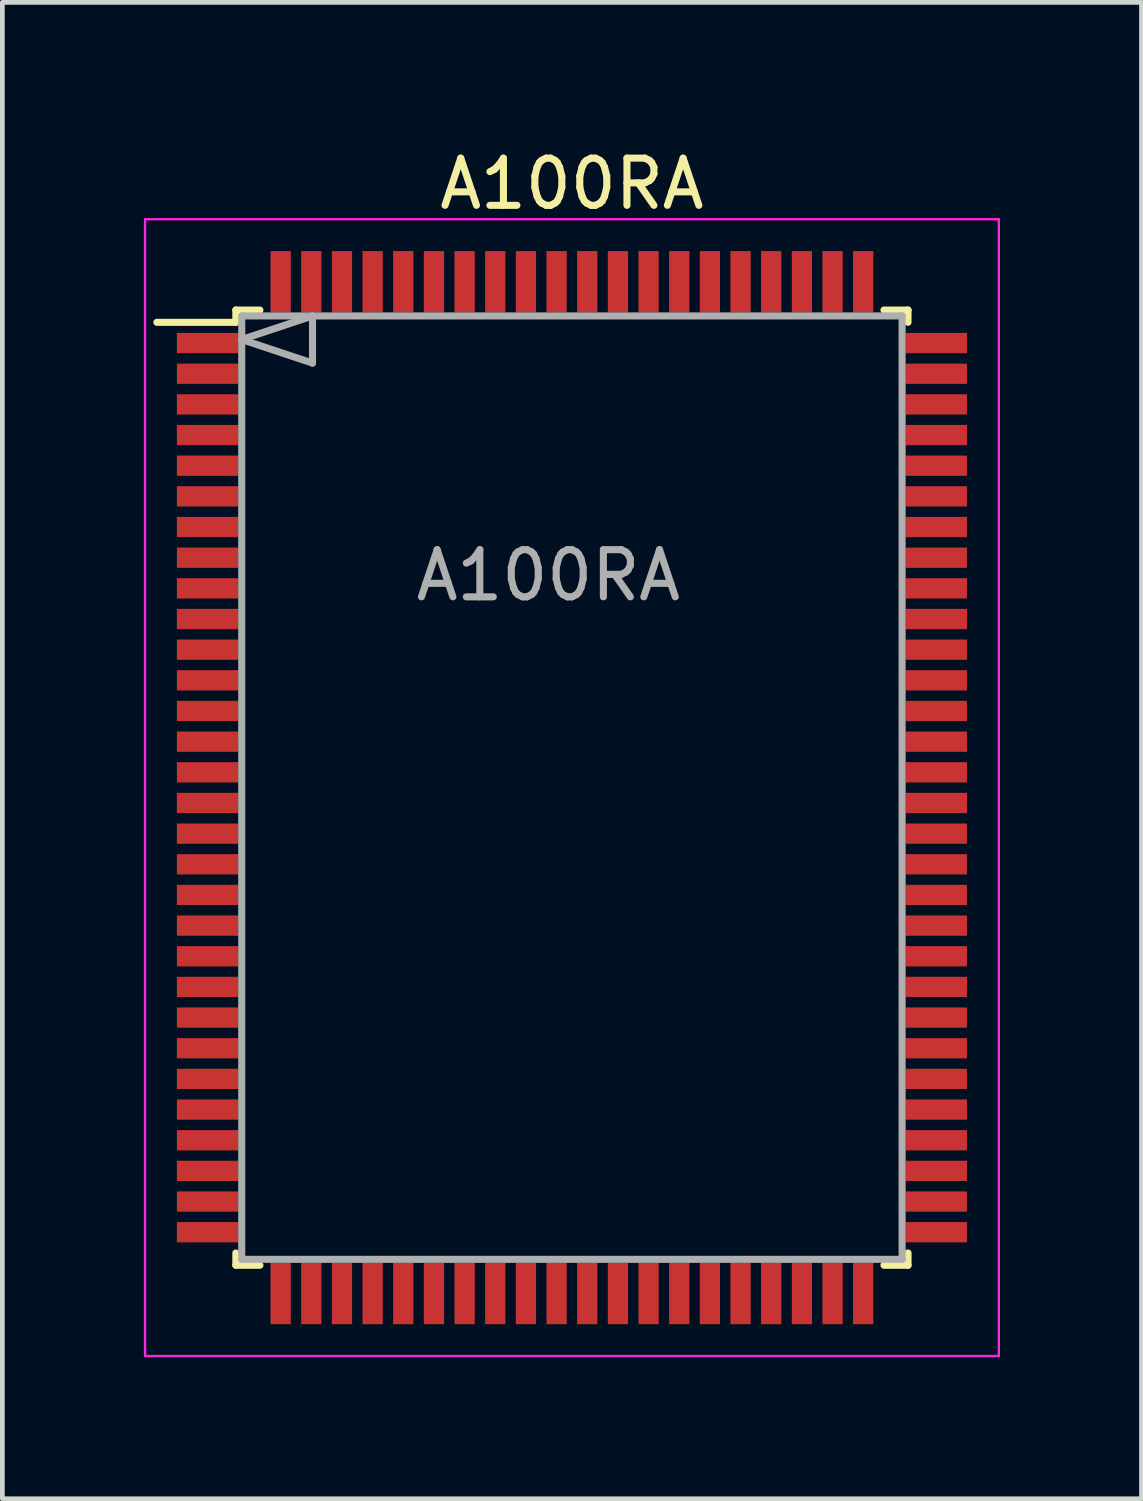
<source format=kicad_pcb>
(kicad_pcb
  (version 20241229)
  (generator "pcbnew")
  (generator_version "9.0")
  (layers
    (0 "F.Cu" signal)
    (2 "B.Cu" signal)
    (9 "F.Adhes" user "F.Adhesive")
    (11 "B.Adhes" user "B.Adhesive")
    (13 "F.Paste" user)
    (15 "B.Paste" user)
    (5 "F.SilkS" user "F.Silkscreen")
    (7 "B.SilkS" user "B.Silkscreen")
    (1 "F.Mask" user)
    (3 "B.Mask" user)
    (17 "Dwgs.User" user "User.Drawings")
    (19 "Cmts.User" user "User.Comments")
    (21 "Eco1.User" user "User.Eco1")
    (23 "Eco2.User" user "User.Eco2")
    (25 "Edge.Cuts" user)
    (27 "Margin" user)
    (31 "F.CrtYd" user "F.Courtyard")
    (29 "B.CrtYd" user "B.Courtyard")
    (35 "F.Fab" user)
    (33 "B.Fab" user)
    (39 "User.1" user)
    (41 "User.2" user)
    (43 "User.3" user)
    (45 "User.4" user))
  (footprint "A100RA"
    (layer "F.Cu")
    (at 9.075 13.648)
    (property "Reference" "A100RA" (at 0 -12.8 0) (layer "F.SilkS") (effects (font (size 1 1) (thickness 0.15))))
    (attr smd)
    (fp_line (start -7.125 -10.125) (end -7.125 -9.865) (stroke (width 0.15) (type solid)) (layer "F.SilkS"))
    (fp_line (start -7.125 -10.125) (end -6.615 -10.125) (stroke (width 0.15) (type solid)) (layer "F.SilkS"))
    (fp_line (start -7.125 -9.865) (end -8.8 -9.865) (stroke (width 0.15) (type solid)) (layer "F.SilkS"))
    (fp_line (start -7.125 10.125) (end -7.125 9.865) (stroke (width 0.15) (type solid)) (layer "F.SilkS"))
    (fp_line (start -7.125 10.125) (end -6.615 10.125) (stroke (width 0.15) (type solid)) (layer "F.SilkS"))
    (fp_line (start 7.125 -10.125) (end 6.615 -10.125) (stroke (width 0.15) (type solid)) (layer "F.SilkS"))
    (fp_line (start 7.125 -10.125) (end 7.125 -9.865) (stroke (width 0.15) (type solid)) (layer "F.SilkS"))
    (fp_line (start 7.125 10.125) (end 6.615 10.125) (stroke (width 0.15) (type solid)) (layer "F.SilkS"))
    (fp_line (start 7.125 10.125) (end 7.125 9.865) (stroke (width 0.15) (type solid)) (layer "F.SilkS"))
    (fp_line (start -9.05 -12.05) (end -9.05 12.05) (stroke (width 0.05) (type solid)) (layer "F.CrtYd"))
    (fp_line (start -9.05 -12.05) (end 9.05 -12.05) (stroke (width 0.05) (type solid)) (layer "F.CrtYd"))
    (fp_line (start -9.05 12.05) (end 9.05 12.05) (stroke (width 0.05) (type solid)) (layer "F.CrtYd"))
    (fp_line (start 9.05 -12.05) (end 9.05 12.05) (stroke (width 0.05) (type solid)) (layer "F.CrtYd"))
    (fp_line (start -7 -10) (end -7 10) (stroke (width 0.15) (type solid)) (layer "F.Fab"))
    (fp_line (start -7 -10) (end 7 -10) (stroke (width 0.15) (type solid)) (layer "F.Fab"))
    (fp_line (start -7 -9.5) (end -5.5 -9) (stroke (width 0.15) (type solid)) (layer "F.Fab"))
    (fp_line (start -7 10) (end 7 10) (stroke (width 0.15) (type solid)) (layer "F.Fab"))
    (fp_line (start -5.5 -10) (end -7 -9.5) (stroke (width 0.15) (type solid)) (layer "F.Fab"))
    (fp_line (start -5.5 -9) (end -5.5 -10) (stroke (width 0.15) (type solid)) (layer "F.Fab"))
    (fp_line (start 7 -10) (end 7 10) (stroke (width 0.15) (type solid)) (layer "F.Fab"))
    (fp_text user "${REFERENCE}" (at -0.5 -4.5 0) (layer "F.Fab") (effects (font (size 1 1) (thickness 0.15))))
    (pad "1" smd rect (at -7.725 -9.425) (size 1.3 0.43) (layers "F.Cu" "F.Mask" "F.Paste"))
    (pad "2" smd rect (at -7.725 -8.775) (size 1.3 0.43) (layers "F.Cu" "F.Mask" "F.Paste"))
    (pad "3" smd rect (at -7.725 -8.125) (size 1.3 0.43) (layers "F.Cu" "F.Mask" "F.Paste"))
    (pad "4" smd rect (at -7.725 -7.475) (size 1.3 0.43) (layers "F.Cu" "F.Mask" "F.Paste"))
    (pad "5" smd rect (at -7.725 -6.825) (size 1.3 0.43) (layers "F.Cu" "F.Mask" "F.Paste"))
    (pad "6" smd rect (at -7.725 -6.175) (size 1.3 0.43) (layers "F.Cu" "F.Mask" "F.Paste"))
    (pad "7" smd rect (at -7.725 -5.525) (size 1.3 0.43) (layers "F.Cu" "F.Mask" "F.Paste"))
    (pad "8" smd rect (at -7.725 -4.875) (size 1.3 0.43) (layers "F.Cu" "F.Mask" "F.Paste"))
    (pad "9" smd rect (at -7.725 -4.225) (size 1.3 0.43) (layers "F.Cu" "F.Mask" "F.Paste"))
    (pad "10" smd rect (at -7.725 -3.575) (size 1.3 0.43) (layers "F.Cu" "F.Mask" "F.Paste"))
    (pad "11" smd rect (at -7.725 -2.925) (size 1.3 0.43) (layers "F.Cu" "F.Mask" "F.Paste"))
    (pad "12" smd rect (at -7.725 -2.275) (size 1.3 0.43) (layers "F.Cu" "F.Mask" "F.Paste"))
    (pad "13" smd rect (at -7.725 -1.625) (size 1.3 0.43) (layers "F.Cu" "F.Mask" "F.Paste"))
    (pad "14" smd rect (at -7.725 -0.975) (size 1.3 0.43) (layers "F.Cu" "F.Mask" "F.Paste"))
    (pad "15" smd rect (at -7.725 -0.325) (size 1.3 0.43) (layers "F.Cu" "F.Mask" "F.Paste"))
    (pad "16" smd rect (at -7.725 0.325) (size 1.3 0.43) (layers "F.Cu" "F.Mask" "F.Paste"))
    (pad "17" smd rect (at -7.725 0.975) (size 1.3 0.43) (layers "F.Cu" "F.Mask" "F.Paste"))
    (pad "18" smd rect (at -7.725 1.625) (size 1.3 0.43) (layers "F.Cu" "F.Mask" "F.Paste"))
    (pad "19" smd rect (at -7.725 2.275) (size 1.3 0.43) (layers "F.Cu" "F.Mask" "F.Paste"))
    (pad "20" smd rect (at -7.725 2.925) (size 1.3 0.43) (layers "F.Cu" "F.Mask" "F.Paste"))
    (pad "21" smd rect (at -7.725 3.575) (size 1.3 0.43) (layers "F.Cu" "F.Mask" "F.Paste"))
    (pad "22" smd rect (at -7.725 4.225) (size 1.3 0.43) (layers "F.Cu" "F.Mask" "F.Paste"))
    (pad "23" smd rect (at -7.725 4.875) (size 1.3 0.43) (layers "F.Cu" "F.Mask" "F.Paste"))
    (pad "24" smd rect (at -7.725 5.525) (size 1.3 0.43) (layers "F.Cu" "F.Mask" "F.Paste"))
    (pad "25" smd rect (at -7.725 6.175) (size 1.3 0.43) (layers "F.Cu" "F.Mask" "F.Paste"))
    (pad "26" smd rect (at -7.725 6.825) (size 1.3 0.43) (layers "F.Cu" "F.Mask" "F.Paste"))
    (pad "27" smd rect (at -7.725 7.475) (size 1.3 0.43) (layers "F.Cu" "F.Mask" "F.Paste"))
    (pad "28" smd rect (at -7.725 8.125) (size 1.3 0.43) (layers "F.Cu" "F.Mask" "F.Paste"))
    (pad "29" smd rect (at -7.725 8.775) (size 1.3 0.43) (layers "F.Cu" "F.Mask" "F.Paste"))
    (pad "30" smd rect (at -7.725 9.425) (size 1.3 0.43) (layers "F.Cu" "F.Mask" "F.Paste"))
    (pad "31" smd rect (at -6.175 10.725 90) (size 1.3 0.43) (layers "F.Cu" "F.Mask" "F.Paste"))
    (pad "32" smd rect (at -5.525 10.725 90) (size 1.3 0.43) (layers "F.Cu" "F.Mask" "F.Paste"))
    (pad "33" smd rect (at -4.875 10.725 90) (size 1.3 0.43) (layers "F.Cu" "F.Mask" "F.Paste"))
    (pad "34" smd rect (at -4.225 10.725 90) (size 1.3 0.43) (layers "F.Cu" "F.Mask" "F.Paste"))
    (pad "35" smd rect (at -3.575 10.725 90) (size 1.3 0.43) (layers "F.Cu" "F.Mask" "F.Paste"))
    (pad "36" smd rect (at -2.925 10.725 90) (size 1.3 0.43) (layers "F.Cu" "F.Mask" "F.Paste"))
    (pad "37" smd rect (at -2.275 10.725 90) (size 1.3 0.43) (layers "F.Cu" "F.Mask" "F.Paste"))
    (pad "38" smd rect (at -1.625 10.725 90) (size 1.3 0.43) (layers "F.Cu" "F.Mask" "F.Paste"))
    (pad "39" smd rect (at -0.975 10.725 90) (size 1.3 0.43) (layers "F.Cu" "F.Mask" "F.Paste"))
    (pad "40" smd rect (at -0.325 10.725 90) (size 1.3 0.43) (layers "F.Cu" "F.Mask" "F.Paste"))
    (pad "41" smd rect (at 0.325 10.725 90) (size 1.3 0.43) (layers "F.Cu" "F.Mask" "F.Paste"))
    (pad "42" smd rect (at 0.975 10.725 90) (size 1.3 0.43) (layers "F.Cu" "F.Mask" "F.Paste"))
    (pad "43" smd rect (at 1.625 10.725 90) (size 1.3 0.43) (layers "F.Cu" "F.Mask" "F.Paste"))
    (pad "44" smd rect (at 2.275 10.725 90) (size 1.3 0.43) (layers "F.Cu" "F.Mask" "F.Paste"))
    (pad "45" smd rect (at 2.925 10.725 90) (size 1.3 0.43) (layers "F.Cu" "F.Mask" "F.Paste"))
    (pad "46" smd rect (at 3.575 10.725 90) (size 1.3 0.43) (layers "F.Cu" "F.Mask" "F.Paste"))
    (pad "47" smd rect (at 4.225 10.725 90) (size 1.3 0.43) (layers "F.Cu" "F.Mask" "F.Paste"))
    (pad "48" smd rect (at 4.875 10.725 90) (size 1.3 0.43) (layers "F.Cu" "F.Mask" "F.Paste"))
    (pad "49" smd rect (at 5.525 10.725 90) (size 1.3 0.43) (layers "F.Cu" "F.Mask" "F.Paste"))
    (pad "50" smd rect (at 6.175 10.725 90) (size 1.3 0.43) (layers "F.Cu" "F.Mask" "F.Paste"))
    (pad "51" smd rect (at 7.725 9.425) (size 1.3 0.43) (layers "F.Cu" "F.Mask" "F.Paste"))
    (pad "52" smd rect (at 7.725 8.775) (size 1.3 0.43) (layers "F.Cu" "F.Mask" "F.Paste"))
    (pad "53" smd rect (at 7.725 8.125) (size 1.3 0.43) (layers "F.Cu" "F.Mask" "F.Paste"))
    (pad "54" smd rect (at 7.725 7.475) (size 1.3 0.43) (layers "F.Cu" "F.Mask" "F.Paste"))
    (pad "55" smd rect (at 7.725 6.825) (size 1.3 0.43) (layers "F.Cu" "F.Mask" "F.Paste"))
    (pad "56" smd rect (at 7.725 6.175) (size 1.3 0.43) (layers "F.Cu" "F.Mask" "F.Paste"))
    (pad "57" smd rect (at 7.725 5.525) (size 1.3 0.43) (layers "F.Cu" "F.Mask" "F.Paste"))
    (pad "58" smd rect (at 7.725 4.875) (size 1.3 0.43) (layers "F.Cu" "F.Mask" "F.Paste"))
    (pad "59" smd rect (at 7.725 4.225) (size 1.3 0.43) (layers "F.Cu" "F.Mask" "F.Paste"))
    (pad "60" smd rect (at 7.725 3.575) (size 1.3 0.43) (layers "F.Cu" "F.Mask" "F.Paste"))
    (pad "61" smd rect (at 7.725 2.925) (size 1.3 0.43) (layers "F.Cu" "F.Mask" "F.Paste"))
    (pad "62" smd rect (at 7.725 2.275) (size 1.3 0.43) (layers "F.Cu" "F.Mask" "F.Paste"))
    (pad "63" smd rect (at 7.725 1.625) (size 1.3 0.43) (layers "F.Cu" "F.Mask" "F.Paste"))
    (pad "64" smd rect (at 7.725 0.975) (size 1.3 0.43) (layers "F.Cu" "F.Mask" "F.Paste"))
    (pad "65" smd rect (at 7.725 0.325) (size 1.3 0.43) (layers "F.Cu" "F.Mask" "F.Paste"))
    (pad "66" smd rect (at 7.725 -0.325) (size 1.3 0.43) (layers "F.Cu" "F.Mask" "F.Paste"))
    (pad "67" smd rect (at 7.725 -0.975) (size 1.3 0.43) (layers "F.Cu" "F.Mask" "F.Paste"))
    (pad "68" smd rect (at 7.725 -1.625) (size 1.3 0.43) (layers "F.Cu" "F.Mask" "F.Paste"))
    (pad "69" smd rect (at 7.725 -2.275) (size 1.3 0.43) (layers "F.Cu" "F.Mask" "F.Paste"))
    (pad "70" smd rect (at 7.725 -2.925) (size 1.3 0.43) (layers "F.Cu" "F.Mask" "F.Paste"))
    (pad "71" smd rect (at 7.725 -3.575) (size 1.3 0.43) (layers "F.Cu" "F.Mask" "F.Paste"))
    (pad "72" smd rect (at 7.725 -4.225) (size 1.3 0.43) (layers "F.Cu" "F.Mask" "F.Paste"))
    (pad "73" smd rect (at 7.725 -4.875) (size 1.3 0.43) (layers "F.Cu" "F.Mask" "F.Paste"))
    (pad "74" smd rect (at 7.725 -5.525) (size 1.3 0.43) (layers "F.Cu" "F.Mask" "F.Paste"))
    (pad "75" smd rect (at 7.725 -6.175) (size 1.3 0.43) (layers "F.Cu" "F.Mask" "F.Paste"))
    (pad "76" smd rect (at 7.725 -6.825) (size 1.3 0.43) (layers "F.Cu" "F.Mask" "F.Paste"))
    (pad "77" smd rect (at 7.725 -7.475) (size 1.3 0.43) (layers "F.Cu" "F.Mask" "F.Paste"))
    (pad "78" smd rect (at 7.725 -8.125) (size 1.3 0.43) (layers "F.Cu" "F.Mask" "F.Paste"))
    (pad "79" smd rect (at 7.725 -8.775) (size 1.3 0.43) (layers "F.Cu" "F.Mask" "F.Paste"))
    (pad "80" smd rect (at 7.725 -9.425) (size 1.3 0.43) (layers "F.Cu" "F.Mask" "F.Paste"))
    (pad "81" smd rect (at 6.175 -10.725 90) (size 1.3 0.43) (layers "F.Cu" "F.Mask" "F.Paste"))
    (pad "82" smd rect (at 5.525 -10.725 90) (size 1.3 0.43) (layers "F.Cu" "F.Mask" "F.Paste"))
    (pad "83" smd rect (at 4.875 -10.725 90) (size 1.3 0.43) (layers "F.Cu" "F.Mask" "F.Paste"))
    (pad "84" smd rect (at 4.225 -10.725 90) (size 1.3 0.43) (layers "F.Cu" "F.Mask" "F.Paste"))
    (pad "85" smd rect (at 3.575 -10.725 90) (size 1.3 0.43) (layers "F.Cu" "F.Mask" "F.Paste"))
    (pad "86" smd rect (at 2.925 -10.725 90) (size 1.3 0.43) (layers "F.Cu" "F.Mask" "F.Paste"))
    (pad "87" smd rect (at 2.275 -10.725 90) (size 1.3 0.43) (layers "F.Cu" "F.Mask" "F.Paste"))
    (pad "88" smd rect (at 1.625 -10.725 90) (size 1.3 0.43) (layers "F.Cu" "F.Mask" "F.Paste"))
    (pad "89" smd rect (at 0.975 -10.725 90) (size 1.3 0.43) (layers "F.Cu" "F.Mask" "F.Paste"))
    (pad "90" smd rect (at 0.325 -10.725 90) (size 1.3 0.43) (layers "F.Cu" "F.Mask" "F.Paste"))
    (pad "91" smd rect (at -0.325 -10.725 90) (size 1.3 0.43) (layers "F.Cu" "F.Mask" "F.Paste"))
    (pad "92" smd rect (at -0.975 -10.725 90) (size 1.3 0.43) (layers "F.Cu" "F.Mask" "F.Paste"))
    (pad "93" smd rect (at -1.625 -10.725 90) (size 1.3 0.43) (layers "F.Cu" "F.Mask" "F.Paste"))
    (pad "94" smd rect (at -2.275 -10.725 90) (size 1.3 0.43) (layers "F.Cu" "F.Mask" "F.Paste"))
    (pad "95" smd rect (at -2.925 -10.725 90) (size 1.3 0.43) (layers "F.Cu" "F.Mask" "F.Paste"))
    (pad "96" smd rect (at -3.575 -10.725 90) (size 1.3 0.43) (layers "F.Cu" "F.Mask" "F.Paste"))
    (pad "97" smd rect (at -4.225 -10.725 90) (size 1.3 0.43) (layers "F.Cu" "F.Mask" "F.Paste"))
    (pad "98" smd rect (at -4.875 -10.725 90) (size 1.3 0.43) (layers "F.Cu" "F.Mask" "F.Paste"))
    (pad "99" smd rect (at -5.525 -10.725 90) (size 1.3 0.43) (layers "F.Cu" "F.Mask" "F.Paste"))
    (pad "100" smd rect (at -6.175 -10.725 90) (size 1.3 0.43) (layers "F.Cu" "F.Mask" "F.Paste")))
  (gr_rect
    (start -3 -3)
    (end 21.15 28.723)
    (stroke (width 0.1) (type default))
    (fill no)
    (layer "Edge.Cuts")))
</source>
